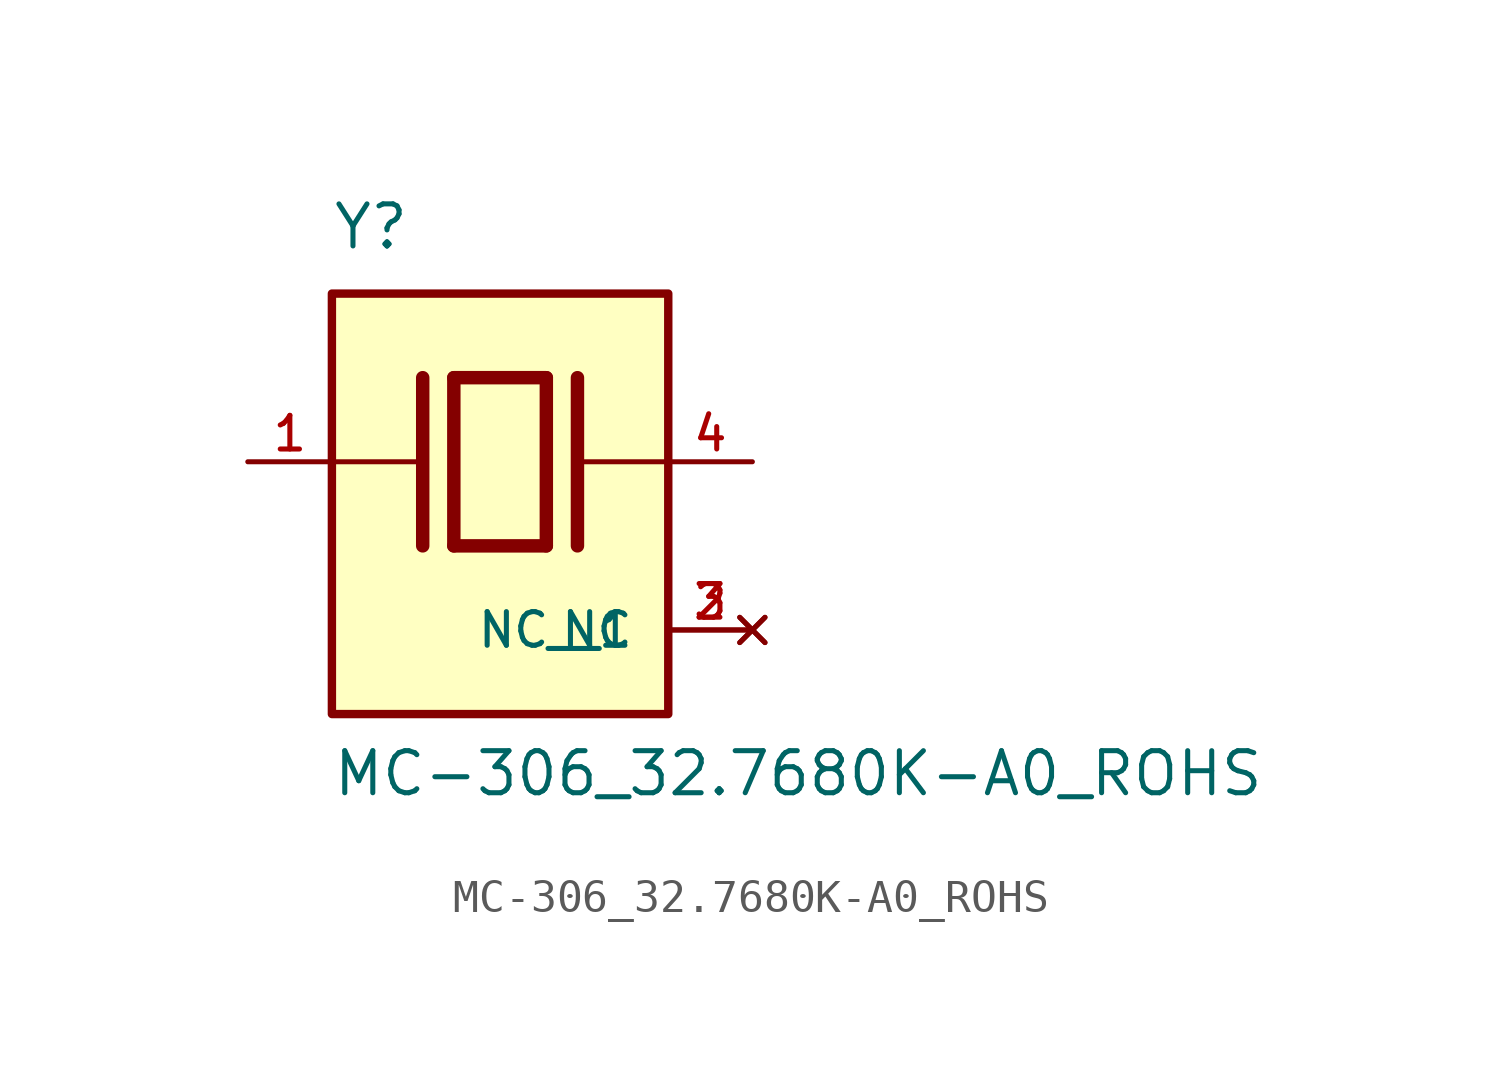
<source format=kicad_sym>
(kicad_symbol_lib
  (version 20211014)
  (generator kicad_symbol_editor)
  (symbol "MC-306_32.7680K-A0_ROHS"
    (pin_names
      (offset 1.016))
    (property "Reference" "Y"
      (at -5.088 6.356 0)
      (effects (font (size 1.27 1.27)) (justify bottom left)))
    (property "Value" "MC-306_32.7680K-A0_ROHS"
      (at -5.094 -10.16 0)
      (effects (font (size 1.27 1.27)) (justify bottom left)))
    (symbol "MC-306_32.7680K-A0_ROHS_0_0"
      (polyline (pts (xy -1.397 2.54) (xy 1.397 2.54)) (stroke (width 0.406)))
      (polyline (pts (xy 1.397 2.54) (xy 1.397 -2.54)) (stroke (width 0.406)))
      (polyline (pts (xy 1.397 -2.54) (xy -1.397 -2.54)) (stroke (width 0.406)))
      (polyline (pts (xy -1.397 2.54) (xy -1.397 -2.54)) (stroke (width 0.406)))
      (polyline (pts (xy 2.337 2.54) (xy 2.337 -2.54)) (stroke (width 0.406)))
      (polyline (pts (xy -2.337 2.54) (xy -2.337 -2.54)) (stroke (width 0.406)))
      (polyline (pts (xy -5.08 0.0) (xy -2.54 0.0)) (stroke (width 0.152)))
      (polyline (pts (xy 2.54 0.0) (xy 5.08 0.0)) (stroke (width 0.152)))
      (rectangle (start -5.08 -7.62) (end 5.08 5.08) (stroke (width 0.254)) (fill (type background)))
      (pin passive line (at 7.62 0.0 180.0) (length 2.54) (name "~" (effects (font (size 1.016 1.016)))) (number "4" (effects (font (size 1.016 1.016)))))
      (pin passive line (at -7.62 0.0 0) (length 2.54) (name "~" (effects (font (size 1.016 1.016)))) (number "1" (effects (font (size 1.016 1.016)))))
      (pin no_connect line (at 7.62 -5.08 180.0) (length 2.54) (name "NC" (effects (font (size 1.016 1.016)))) (number "2" (effects (font (size 1.016 1.016)))))
      (pin no_connect line (at 7.62 -5.08 180.0) (length 2.54) (name "NC__1" (effects (font (size 1.016 1.016)))) (number "3" (effects (font (size 1.016 1.016))))))))
</source>
